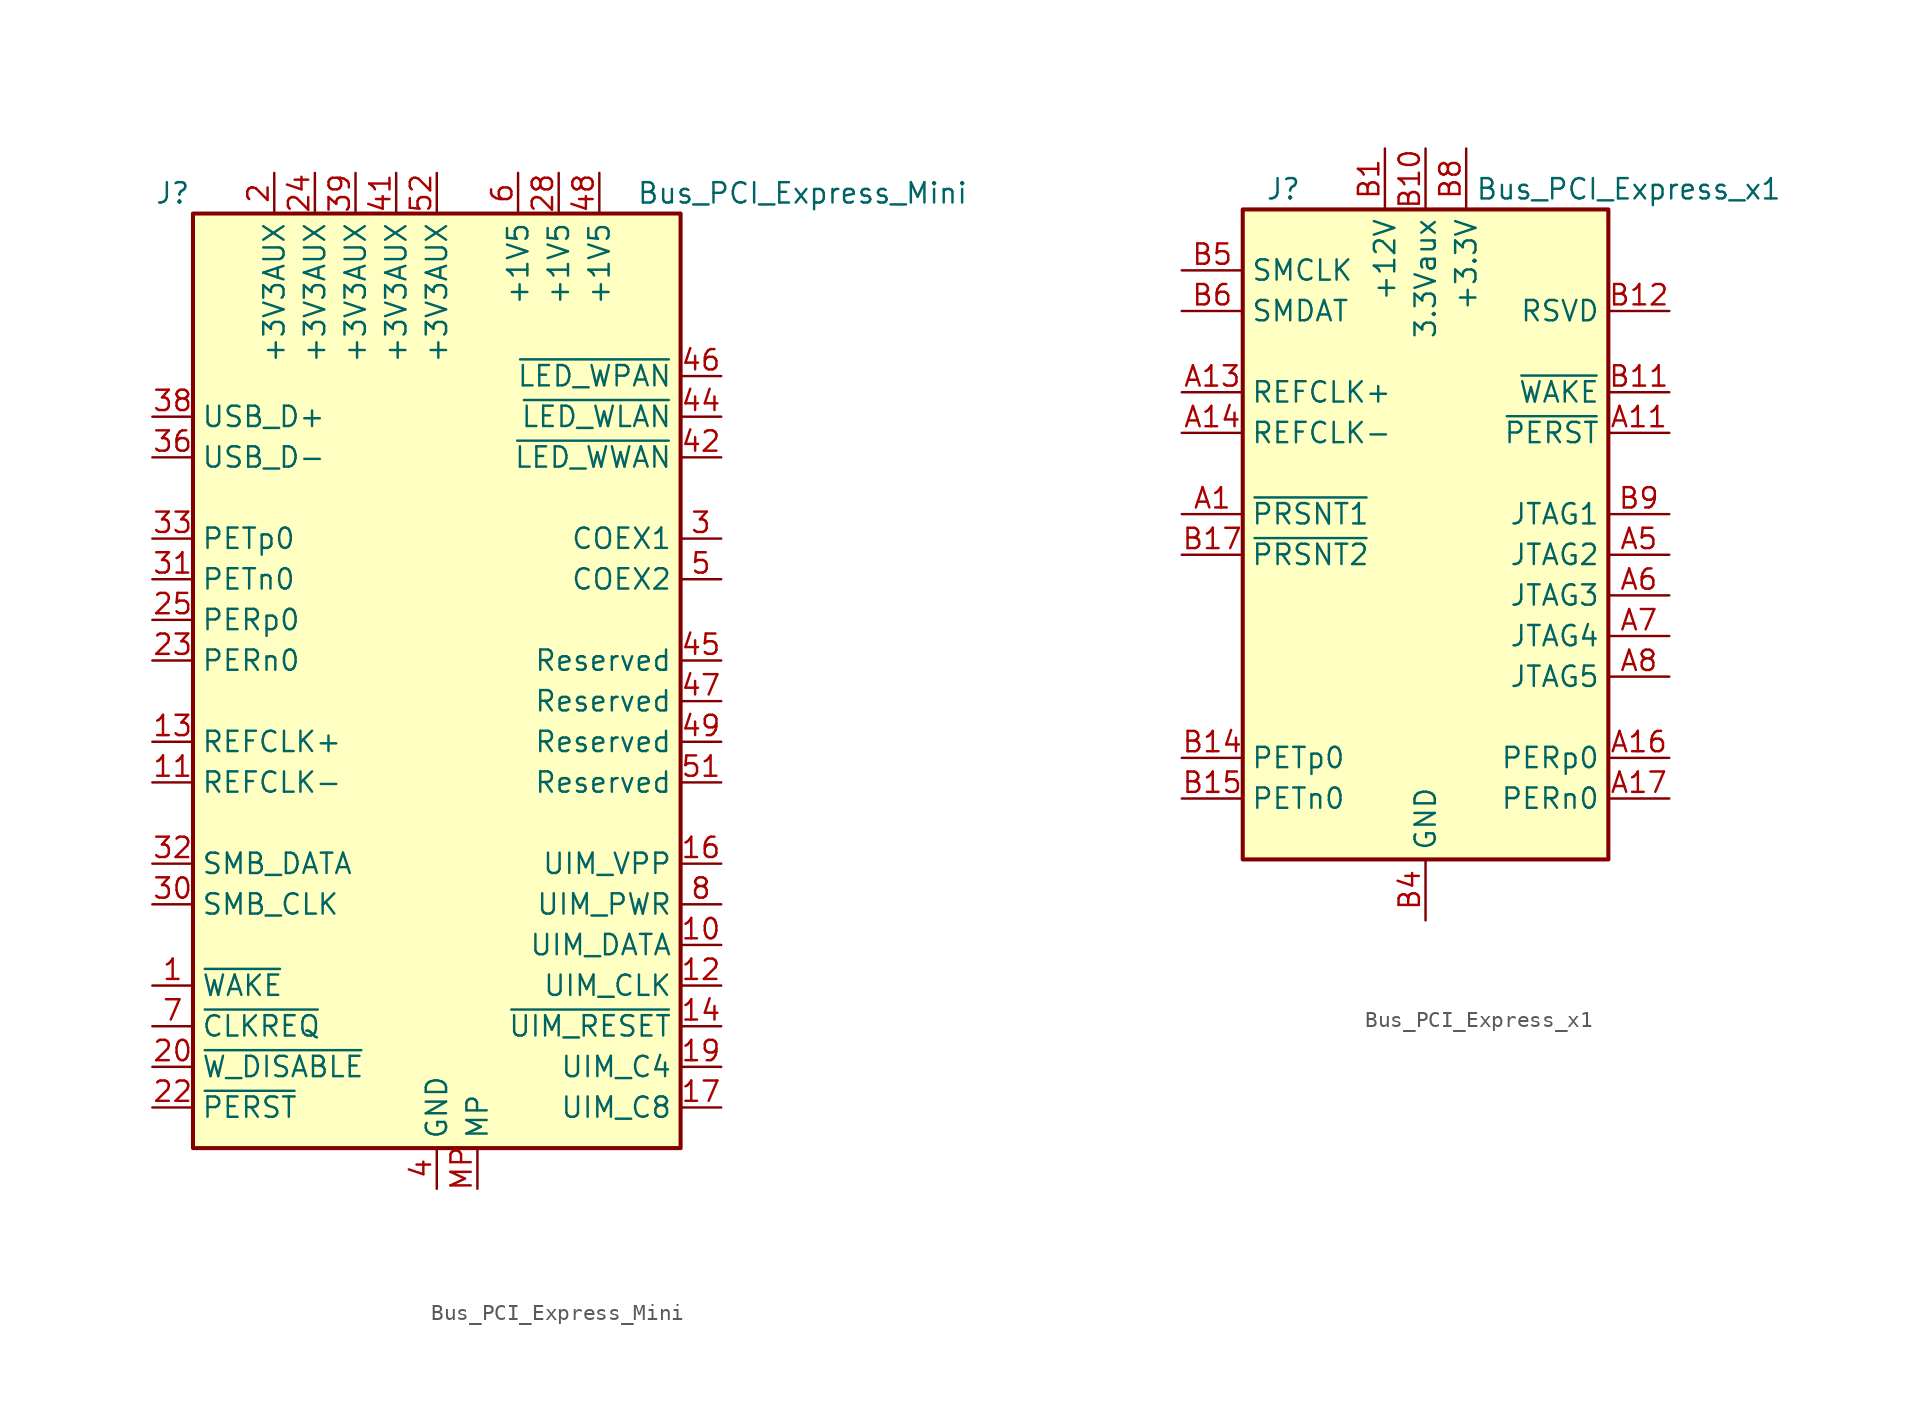
<source format=kicad_sym>
(kicad_symbol_lib
  (version 20201005)
  (generator kicad_symbol_editor)
  (symbol "Connector:Bus_PCI_Express_Mini"
    (property "Reference" "J"
      (at -16.51 31.75 0)
      (effects (font (size 1.27 1.27))))
    (property "Value" "Bus_PCI_Express_Mini"
      (at 22.86 31.75 0)
      (effects (font (size 1.27 1.27))))
    (symbol "Bus_PCI_Express_Mini_0_1"
      (rectangle (start -15.24 30.48) (end 15.24 -27.94) (stroke (width 0.254)) (fill (type background))))
    (symbol "Bus_PCI_Express_Mini_1_1"
      (pin open_collector line (at -17.78 -17.78 0) (length 2.54) (name "~WAKE" (effects (font (size 1.27 1.27)))) (number "1" (effects (font (size 1.27 1.27)))))
      (pin bidirectional line (at 17.78 -15.24 180) (length 2.54) (name "UIM_DATA" (effects (font (size 1.27 1.27)))) (number "10" (effects (font (size 1.27 1.27)))))
      (pin input line (at -17.78 -5.08 0) (length 2.54) (name "REFCLK-" (effects (font (size 1.27 1.27)))) (number "11" (effects (font (size 1.27 1.27)))))
      (pin output line (at 17.78 -17.78 180) (length 2.54) (name "UIM_CLK" (effects (font (size 1.27 1.27)))) (number "12" (effects (font (size 1.27 1.27)))))
      (pin input line (at -17.78 -2.54 0) (length 2.54) (name "REFCLK+" (effects (font (size 1.27 1.27)))) (number "13" (effects (font (size 1.27 1.27)))))
      (pin output line (at 17.78 -20.32 180) (length 2.54) (name "~UIM_RESET" (effects (font (size 1.27 1.27)))) (number "14" (effects (font (size 1.27 1.27)))))
      (pin passive line (at 0 -30.48 90) (length 2.54) hide (name "GND" (effects (font (size 1.27 1.27)))) (number "15" (effects (font (size 1.27 1.27)))))
      (pin power_out line (at 17.78 -10.16 180) (length 2.54) (name "UIM_VPP" (effects (font (size 1.27 1.27)))) (number "16" (effects (font (size 1.27 1.27)))))
      (pin passive line (at 17.78 -25.4 180) (length 2.54) (name "UIM_C8" (effects (font (size 1.27 1.27)))) (number "17" (effects (font (size 1.27 1.27)))))
      (pin passive line (at 0 -30.48 90) (length 2.54) hide (name "GND" (effects (font (size 1.27 1.27)))) (number "18" (effects (font (size 1.27 1.27)))))
      (pin passive line (at 17.78 -22.86 180) (length 2.54) (name "UIM_C4" (effects (font (size 1.27 1.27)))) (number "19" (effects (font (size 1.27 1.27)))))
      (pin power_in line (at -10.16 33.02 270) (length 2.54) (name "+3V3AUX" (effects (font (size 1.27 1.27)))) (number "2" (effects (font (size 1.27 1.27)))))
      (pin input line (at -17.78 -22.86 0) (length 2.54) (name "~W_DISABLE" (effects (font (size 1.27 1.27)))) (number "20" (effects (font (size 1.27 1.27)))))
      (pin passive line (at 0 -30.48 90) (length 2.54) hide (name "GND" (effects (font (size 1.27 1.27)))) (number "21" (effects (font (size 1.27 1.27)))))
      (pin input line (at -17.78 -25.4 0) (length 2.54) (name "~PERST" (effects (font (size 1.27 1.27)))) (number "22" (effects (font (size 1.27 1.27)))))
      (pin output line (at -17.78 2.54 0) (length 2.54) (name "PERn0" (effects (font (size 1.27 1.27)))) (number "23" (effects (font (size 1.27 1.27)))))
      (pin power_in line (at -7.62 33.02 270) (length 2.54) (name "+3V3AUX" (effects (font (size 1.27 1.27)))) (number "24" (effects (font (size 1.27 1.27)))))
      (pin output line (at -17.78 5.08 0) (length 2.54) (name "PERp0" (effects (font (size 1.27 1.27)))) (number "25" (effects (font (size 1.27 1.27)))))
      (pin passive line (at 0 -30.48 90) (length 2.54) hide (name "GND" (effects (font (size 1.27 1.27)))) (number "26" (effects (font (size 1.27 1.27)))))
      (pin passive line (at 0 -30.48 90) (length 2.54) hide (name "GND" (effects (font (size 1.27 1.27)))) (number "27" (effects (font (size 1.27 1.27)))))
      (pin power_in line (at 7.62 33.02 270) (length 2.54) (name "+1V5" (effects (font (size 1.27 1.27)))) (number "28" (effects (font (size 1.27 1.27)))))
      (pin passive line (at 0 -30.48 90) (length 2.54) hide (name "GND" (effects (font (size 1.27 1.27)))) (number "29" (effects (font (size 1.27 1.27)))))
      (pin passive line (at 17.78 10.16 180) (length 2.54) (name "COEX1" (effects (font (size 1.27 1.27)))) (number "3" (effects (font (size 1.27 1.27)))))
      (pin input line (at -17.78 -12.7 0) (length 2.54) (name "SMB_CLK" (effects (font (size 1.27 1.27)))) (number "30" (effects (font (size 1.27 1.27)))))
      (pin input line (at -17.78 7.62 0) (length 2.54) (name "PETn0" (effects (font (size 1.27 1.27)))) (number "31" (effects (font (size 1.27 1.27)))))
      (pin bidirectional line (at -17.78 -10.16 0) (length 2.54) (name "SMB_DATA" (effects (font (size 1.27 1.27)))) (number "32" (effects (font (size 1.27 1.27)))))
      (pin input line (at -17.78 10.16 0) (length 2.54) (name "PETp0" (effects (font (size 1.27 1.27)))) (number "33" (effects (font (size 1.27 1.27)))))
      (pin passive line (at 0 -30.48 90) (length 2.54) hide (name "GND" (effects (font (size 1.27 1.27)))) (number "34" (effects (font (size 1.27 1.27)))))
      (pin passive line (at 0 -30.48 90) (length 2.54) hide (name "GND" (effects (font (size 1.27 1.27)))) (number "35" (effects (font (size 1.27 1.27)))))
      (pin bidirectional line (at -17.78 15.24 0) (length 2.54) (name "USB_D-" (effects (font (size 1.27 1.27)))) (number "36" (effects (font (size 1.27 1.27)))))
      (pin passive line (at 0 -30.48 90) (length 2.54) hide (name "GND" (effects (font (size 1.27 1.27)))) (number "37" (effects (font (size 1.27 1.27)))))
      (pin bidirectional line (at -17.78 17.78 0) (length 2.54) (name "USB_D+" (effects (font (size 1.27 1.27)))) (number "38" (effects (font (size 1.27 1.27)))))
      (pin power_in line (at -5.08 33.02 270) (length 2.54) (name "+3V3AUX" (effects (font (size 1.27 1.27)))) (number "39" (effects (font (size 1.27 1.27)))))
      (pin power_in line (at 0 -30.48 90) (length 2.54) (name "GND" (effects (font (size 1.27 1.27)))) (number "4" (effects (font (size 1.27 1.27)))))
      (pin passive line (at 0 -30.48 90) (length 2.54) hide (name "GND" (effects (font (size 1.27 1.27)))) (number "40" (effects (font (size 1.27 1.27)))))
      (pin power_in line (at -2.54 33.02 270) (length 2.54) (name "+3V3AUX" (effects (font (size 1.27 1.27)))) (number "41" (effects (font (size 1.27 1.27)))))
      (pin open_collector line (at 17.78 15.24 180) (length 2.54) (name "~LED_WWAN" (effects (font (size 1.27 1.27)))) (number "42" (effects (font (size 1.27 1.27)))))
      (pin passive line (at 0 -30.48 90) (length 2.54) hide (name "GND" (effects (font (size 1.27 1.27)))) (number "43" (effects (font (size 1.27 1.27)))))
      (pin open_collector line (at 17.78 17.78 180) (length 2.54) (name "~LED_WLAN" (effects (font (size 1.27 1.27)))) (number "44" (effects (font (size 1.27 1.27)))))
      (pin passive line (at 17.78 2.54 180) (length 2.54) (name "Reserved" (effects (font (size 1.27 1.27)))) (number "45" (effects (font (size 1.27 1.27)))))
      (pin open_collector line (at 17.78 20.32 180) (length 2.54) (name "~LED_WPAN" (effects (font (size 1.27 1.27)))) (number "46" (effects (font (size 1.27 1.27)))))
      (pin passive line (at 17.78 0 180) (length 2.54) (name "Reserved" (effects (font (size 1.27 1.27)))) (number "47" (effects (font (size 1.27 1.27)))))
      (pin power_in line (at 10.16 33.02 270) (length 2.54) (name "+1V5" (effects (font (size 1.27 1.27)))) (number "48" (effects (font (size 1.27 1.27)))))
      (pin passive line (at 17.78 -2.54 180) (length 2.54) (name "Reserved" (effects (font (size 1.27 1.27)))) (number "49" (effects (font (size 1.27 1.27)))))
      (pin passive line (at 17.78 7.62 180) (length 2.54) (name "COEX2" (effects (font (size 1.27 1.27)))) (number "5" (effects (font (size 1.27 1.27)))))
      (pin passive line (at 0 -30.48 90) (length 2.54) hide (name "GND" (effects (font (size 1.27 1.27)))) (number "50" (effects (font (size 1.27 1.27)))))
      (pin passive line (at 17.78 -5.08 180) (length 2.54) (name "Reserved" (effects (font (size 1.27 1.27)))) (number "51" (effects (font (size 1.27 1.27)))))
      (pin power_in line (at 0 33.02 270) (length 2.54) (name "+3V3AUX" (effects (font (size 1.27 1.27)))) (number "52" (effects (font (size 1.27 1.27)))))
      (pin power_in line (at 5.08 33.02 270) (length 2.54) (name "+1V5" (effects (font (size 1.27 1.27)))) (number "6" (effects (font (size 1.27 1.27)))))
      (pin open_collector line (at -17.78 -20.32 0) (length 2.54) (name "~CLKREQ" (effects (font (size 1.27 1.27)))) (number "7" (effects (font (size 1.27 1.27)))))
      (pin power_out line (at 17.78 -12.7 180) (length 2.54) (name "UIM_PWR" (effects (font (size 1.27 1.27)))) (number "8" (effects (font (size 1.27 1.27)))))
      (pin passive line (at 0 -30.48 90) (length 2.54) hide (name "GND" (effects (font (size 1.27 1.27)))) (number "9" (effects (font (size 1.27 1.27)))))
      (pin passive line (at 2.54 -30.48 90) (length 2.54) (name "MP" (effects (font (size 1.27 1.27)))) (number "MP" (effects (font (size 1.27 1.27)))))))
  (symbol "Connector:Bus_PCI_Express_x1"
    (property "Reference" "J"
      (at -8.89 22.86 0)
      (effects (font (size 1.27 1.27))))
    (property "Value" "Bus_PCI_Express_x1"
      (at 12.7 22.86 0)
      (effects (font (size 1.27 1.27))))
    (symbol "Bus_PCI_Express_x1_0_1"
      (rectangle (start -11.43 21.59) (end 11.43 -19.05) (stroke (width 0.254)) (fill (type background))))
    (symbol "Bus_PCI_Express_x1_1_1"
      (pin passive line (at -15.24 2.54 0) (length 3.81) (name "~PRSNT1" (effects (font (size 1.27 1.27)))) (number "A1" (effects (font (size 1.27 1.27)))))
      (pin passive line (at 2.54 25.4 270) (length 3.81) hide (name "+3.3V" (effects (font (size 1.27 1.27)))) (number "A10" (effects (font (size 1.27 1.27)))))
      (pin input line (at 15.24 7.62 180) (length 3.81) (name "~PERST" (effects (font (size 1.27 1.27)))) (number "A11" (effects (font (size 1.27 1.27)))))
      (pin passive line (at 0 -22.86 90) (length 3.81) hide (name "GND" (effects (font (size 1.27 1.27)))) (number "A12" (effects (font (size 1.27 1.27)))))
      (pin input line (at -15.24 10.16 0) (length 3.81) (name "REFCLK+" (effects (font (size 1.27 1.27)))) (number "A13" (effects (font (size 1.27 1.27)))))
      (pin input line (at -15.24 7.62 0) (length 3.81) (name "REFCLK-" (effects (font (size 1.27 1.27)))) (number "A14" (effects (font (size 1.27 1.27)))))
      (pin passive line (at 0 -22.86 90) (length 3.81) hide (name "GND" (effects (font (size 1.27 1.27)))) (number "A15" (effects (font (size 1.27 1.27)))))
      (pin output line (at 15.24 -12.7 180) (length 3.81) (name "PERp0" (effects (font (size 1.27 1.27)))) (number "A16" (effects (font (size 1.27 1.27)))))
      (pin output line (at 15.24 -15.24 180) (length 3.81) (name "PERn0" (effects (font (size 1.27 1.27)))) (number "A17" (effects (font (size 1.27 1.27)))))
      (pin passive line (at 0 -22.86 90) (length 3.81) hide (name "GND" (effects (font (size 1.27 1.27)))) (number "A18" (effects (font (size 1.27 1.27)))))
      (pin passive line (at -2.54 25.4 270) (length 3.81) hide (name "+12V" (effects (font (size 1.27 1.27)))) (number "A2" (effects (font (size 1.27 1.27)))))
      (pin passive line (at -2.54 25.4 270) (length 3.81) hide (name "+12V" (effects (font (size 1.27 1.27)))) (number "A3" (effects (font (size 1.27 1.27)))))
      (pin passive line (at 0 -22.86 90) (length 3.81) hide (name "GND" (effects (font (size 1.27 1.27)))) (number "A4" (effects (font (size 1.27 1.27)))))
      (pin input line (at 15.24 0 180) (length 3.81) (name "JTAG2" (effects (font (size 1.27 1.27)))) (number "A5" (effects (font (size 1.27 1.27)))))
      (pin input line (at 15.24 -2.54 180) (length 3.81) (name "JTAG3" (effects (font (size 1.27 1.27)))) (number "A6" (effects (font (size 1.27 1.27)))))
      (pin output line (at 15.24 -5.08 180) (length 3.81) (name "JTAG4" (effects (font (size 1.27 1.27)))) (number "A7" (effects (font (size 1.27 1.27)))))
      (pin input line (at 15.24 -7.62 180) (length 3.81) (name "JTAG5" (effects (font (size 1.27 1.27)))) (number "A8" (effects (font (size 1.27 1.27)))))
      (pin passive line (at 2.54 25.4 270) (length 3.81) hide (name "+3.3V" (effects (font (size 1.27 1.27)))) (number "A9" (effects (font (size 1.27 1.27)))))
      (pin power_in line (at -2.54 25.4 270) (length 3.81) (name "+12V" (effects (font (size 1.27 1.27)))) (number "B1" (effects (font (size 1.27 1.27)))))
      (pin power_in line (at 0 25.4 270) (length 3.81) (name "3.3Vaux" (effects (font (size 1.27 1.27)))) (number "B10" (effects (font (size 1.27 1.27)))))
      (pin open_collector line (at 15.24 10.16 180) (length 3.81) (name "~WAKE" (effects (font (size 1.27 1.27)))) (number "B11" (effects (font (size 1.27 1.27)))))
      (pin passive line (at 15.24 15.24 180) (length 3.81) (name "RSVD" (effects (font (size 1.27 1.27)))) (number "B12" (effects (font (size 1.27 1.27)))))
      (pin passive line (at 0 -22.86 90) (length 3.81) hide (name "GND" (effects (font (size 1.27 1.27)))) (number "B13" (effects (font (size 1.27 1.27)))))
      (pin input line (at -15.24 -12.7 0) (length 3.81) (name "PETp0" (effects (font (size 1.27 1.27)))) (number "B14" (effects (font (size 1.27 1.27)))))
      (pin input line (at -15.24 -15.24 0) (length 3.81) (name "PETn0" (effects (font (size 1.27 1.27)))) (number "B15" (effects (font (size 1.27 1.27)))))
      (pin passive line (at 0 -22.86 90) (length 3.81) hide (name "GND" (effects (font (size 1.27 1.27)))) (number "B16" (effects (font (size 1.27 1.27)))))
      (pin passive line (at -15.24 0 0) (length 3.81) (name "~PRSNT2" (effects (font (size 1.27 1.27)))) (number "B17" (effects (font (size 1.27 1.27)))))
      (pin passive line (at 0 -22.86 90) (length 3.81) hide (name "GND" (effects (font (size 1.27 1.27)))) (number "B18" (effects (font (size 1.27 1.27)))))
      (pin passive line (at -2.54 25.4 270) (length 3.81) hide (name "+12V" (effects (font (size 1.27 1.27)))) (number "B2" (effects (font (size 1.27 1.27)))))
      (pin passive line (at -2.54 25.4 270) (length 3.81) hide (name "+12V" (effects (font (size 1.27 1.27)))) (number "B3" (effects (font (size 1.27 1.27)))))
      (pin power_in line (at 0 -22.86 90) (length 3.81) (name "GND" (effects (font (size 1.27 1.27)))) (number "B4" (effects (font (size 1.27 1.27)))))
      (pin input line (at -15.24 17.78 0) (length 3.81) (name "SMCLK" (effects (font (size 1.27 1.27)))) (number "B5" (effects (font (size 1.27 1.27)))))
      (pin bidirectional line (at -15.24 15.24 0) (length 3.81) (name "SMDAT" (effects (font (size 1.27 1.27)))) (number "B6" (effects (font (size 1.27 1.27)))))
      (pin passive line (at 0 -22.86 90) (length 3.81) hide (name "GND" (effects (font (size 1.27 1.27)))) (number "B7" (effects (font (size 1.27 1.27)))))
      (pin power_in line (at 2.54 25.4 270) (length 3.81) (name "+3.3V" (effects (font (size 1.27 1.27)))) (number "B8" (effects (font (size 1.27 1.27)))))
      (pin input line (at 15.24 2.54 180) (length 3.81) (name "JTAG1" (effects (font (size 1.27 1.27)))) (number "B9" (effects (font (size 1.27 1.27))))))))
</source>
